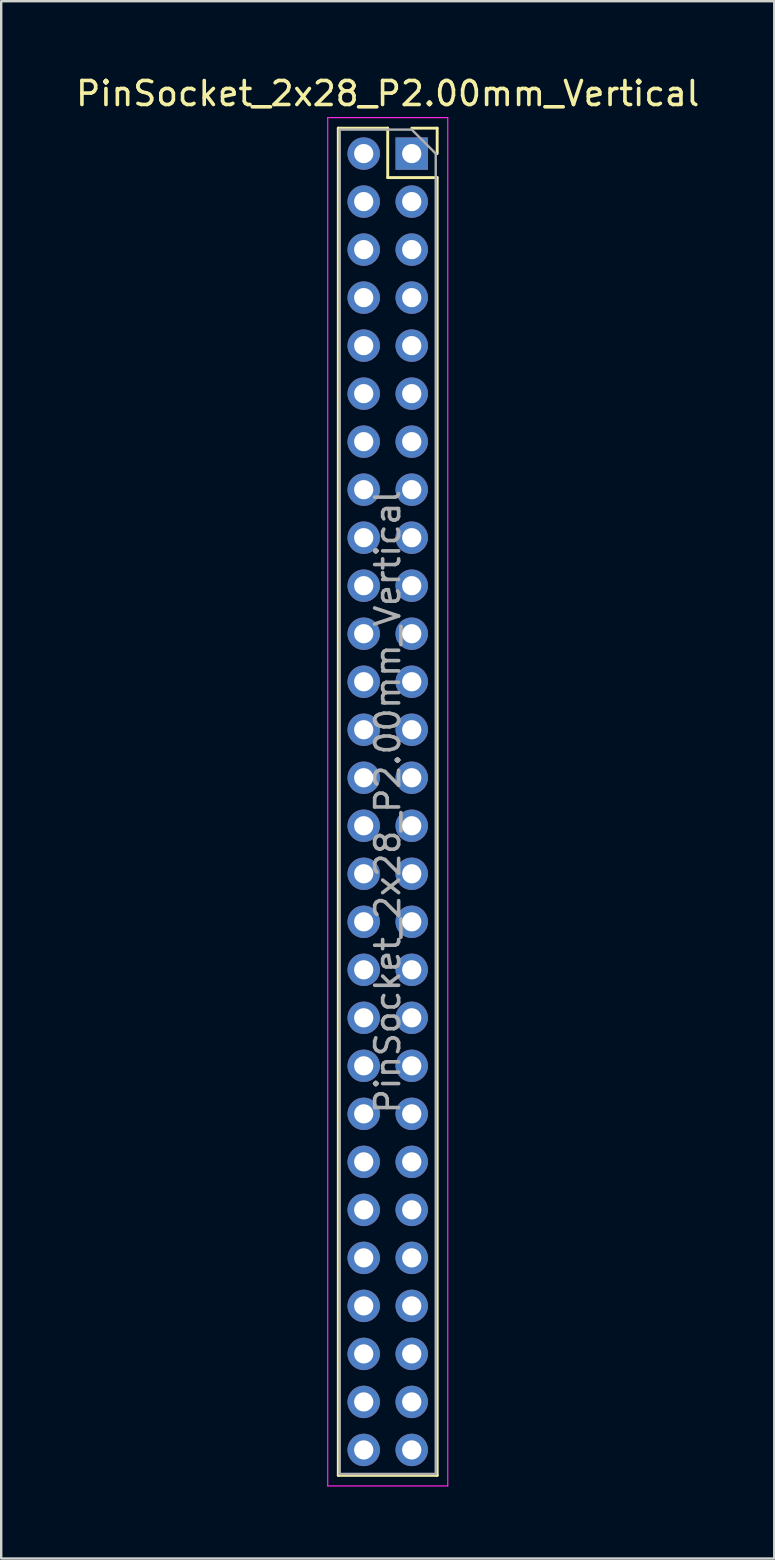
<source format=kicad_pcb>
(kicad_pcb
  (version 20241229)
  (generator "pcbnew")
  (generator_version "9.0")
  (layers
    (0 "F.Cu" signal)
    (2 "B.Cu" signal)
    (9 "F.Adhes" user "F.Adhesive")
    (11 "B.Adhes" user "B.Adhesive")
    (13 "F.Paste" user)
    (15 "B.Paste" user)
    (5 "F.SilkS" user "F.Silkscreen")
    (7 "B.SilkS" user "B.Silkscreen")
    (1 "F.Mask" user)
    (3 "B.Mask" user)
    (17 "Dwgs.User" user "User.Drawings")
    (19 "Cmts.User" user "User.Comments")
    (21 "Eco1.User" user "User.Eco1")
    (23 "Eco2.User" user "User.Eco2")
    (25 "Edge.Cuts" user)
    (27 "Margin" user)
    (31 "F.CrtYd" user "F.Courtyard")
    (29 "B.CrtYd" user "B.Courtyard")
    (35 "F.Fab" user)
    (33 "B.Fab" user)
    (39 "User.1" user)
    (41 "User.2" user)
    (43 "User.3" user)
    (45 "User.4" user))
  (footprint "PinSocket_2x28_P2.00mm_Vertical"
    (layer "F.Cu")
    (at 14.101 3.348)
    (property "Reference" "PinSocket_2x28_P2.00mm_Vertical" (at -1 -2.5 0) (layer "F.SilkS") (effects (font (size 1 1) (thickness 0.15))))
    (attr through_hole)
    (fp_line (start -3.06 -1.06) (end -3.06 55.06) (stroke (width 0.12) (type solid)) (layer "F.SilkS"))
    (fp_line (start -3.06 -1.06) (end -1 -1.06) (stroke (width 0.12) (type solid)) (layer "F.SilkS"))
    (fp_line (start -3.06 55.06) (end 1.06 55.06) (stroke (width 0.12) (type solid)) (layer "F.SilkS"))
    (fp_line (start -1 -1.06) (end -1 1) (stroke (width 0.12) (type solid)) (layer "F.SilkS"))
    (fp_line (start -1 1) (end 1.06 1) (stroke (width 0.12) (type solid)) (layer "F.SilkS"))
    (fp_line (start 0 -1.06) (end 1.06 -1.06) (stroke (width 0.12) (type solid)) (layer "F.SilkS"))
    (fp_line (start 1.06 -1.06) (end 1.06 0) (stroke (width 0.12) (type solid)) (layer "F.SilkS"))
    (fp_line (start 1.06 1) (end 1.06 55.06) (stroke (width 0.12) (type solid)) (layer "F.SilkS"))
    (fp_line (start -3.5 -1.5) (end 1.5 -1.5) (stroke (width 0.05) (type solid)) (layer "F.CrtYd"))
    (fp_line (start -3.5 55.5) (end -3.5 -1.5) (stroke (width 0.05) (type solid)) (layer "F.CrtYd"))
    (fp_line (start 1.5 -1.5) (end 1.5 55.5) (stroke (width 0.05) (type solid)) (layer "F.CrtYd"))
    (fp_line (start 1.5 55.5) (end -3.5 55.5) (stroke (width 0.05) (type solid)) (layer "F.CrtYd"))
    (fp_line (start -3 -1) (end 0 -1) (stroke (width 0.1) (type solid)) (layer "F.Fab"))
    (fp_line (start -3 55) (end -3 -1) (stroke (width 0.1) (type solid)) (layer "F.Fab"))
    (fp_line (start 0 -1) (end 1 0) (stroke (width 0.1) (type solid)) (layer "F.Fab"))
    (fp_line (start 1 0) (end 1 55) (stroke (width 0.1) (type solid)) (layer "F.Fab"))
    (fp_line (start 1 55) (end -3 55) (stroke (width 0.1) (type solid)) (layer "F.Fab"))
    (fp_text user "${REFERENCE}" (at -1 27 90) (layer "F.Fab") (effects (font (size 1 1) (thickness 0.15))))
    (pad "1" thru_hole rect (at 0 0) (size 1.35 1.35) (drill 0.8) (layers "*.Cu" "*.Mask"))
    (pad "2" thru_hole circle (at -2 0) (size 1.35 1.35) (drill 0.8) (layers "*.Cu" "*.Mask"))
    (pad "3" thru_hole circle (at 0 2) (size 1.35 1.35) (drill 0.8) (layers "*.Cu" "*.Mask"))
    (pad "4" thru_hole circle (at -2 2) (size 1.35 1.35) (drill 0.8) (layers "*.Cu" "*.Mask"))
    (pad "5" thru_hole circle (at 0 4) (size 1.35 1.35) (drill 0.8) (layers "*.Cu" "*.Mask"))
    (pad "6" thru_hole circle (at -2 4) (size 1.35 1.35) (drill 0.8) (layers "*.Cu" "*.Mask"))
    (pad "7" thru_hole circle (at 0 6) (size 1.35 1.35) (drill 0.8) (layers "*.Cu" "*.Mask"))
    (pad "8" thru_hole circle (at -2 6) (size 1.35 1.35) (drill 0.8) (layers "*.Cu" "*.Mask"))
    (pad "9" thru_hole circle (at 0 8) (size 1.35 1.35) (drill 0.8) (layers "*.Cu" "*.Mask"))
    (pad "10" thru_hole circle (at -2 8) (size 1.35 1.35) (drill 0.8) (layers "*.Cu" "*.Mask"))
    (pad "11" thru_hole circle (at 0 10) (size 1.35 1.35) (drill 0.8) (layers "*.Cu" "*.Mask"))
    (pad "12" thru_hole circle (at -2 10) (size 1.35 1.35) (drill 0.8) (layers "*.Cu" "*.Mask"))
    (pad "13" thru_hole circle (at 0 12) (size 1.35 1.35) (drill 0.8) (layers "*.Cu" "*.Mask"))
    (pad "14" thru_hole circle (at -2 12) (size 1.35 1.35) (drill 0.8) (layers "*.Cu" "*.Mask"))
    (pad "15" thru_hole circle (at 0 14) (size 1.35 1.35) (drill 0.8) (layers "*.Cu" "*.Mask"))
    (pad "16" thru_hole circle (at -2 14) (size 1.35 1.35) (drill 0.8) (layers "*.Cu" "*.Mask"))
    (pad "17" thru_hole circle (at 0 16) (size 1.35 1.35) (drill 0.8) (layers "*.Cu" "*.Mask"))
    (pad "18" thru_hole circle (at -2 16) (size 1.35 1.35) (drill 0.8) (layers "*.Cu" "*.Mask"))
    (pad "19" thru_hole circle (at 0 18) (size 1.35 1.35) (drill 0.8) (layers "*.Cu" "*.Mask"))
    (pad "20" thru_hole circle (at -2 18) (size 1.35 1.35) (drill 0.8) (layers "*.Cu" "*.Mask"))
    (pad "21" thru_hole circle (at 0 20) (size 1.35 1.35) (drill 0.8) (layers "*.Cu" "*.Mask"))
    (pad "22" thru_hole circle (at -2 20) (size 1.35 1.35) (drill 0.8) (layers "*.Cu" "*.Mask"))
    (pad "23" thru_hole circle (at 0 22) (size 1.35 1.35) (drill 0.8) (layers "*.Cu" "*.Mask"))
    (pad "24" thru_hole circle (at -2 22) (size 1.35 1.35) (drill 0.8) (layers "*.Cu" "*.Mask"))
    (pad "25" thru_hole circle (at 0 24) (size 1.35 1.35) (drill 0.8) (layers "*.Cu" "*.Mask"))
    (pad "26" thru_hole circle (at -2 24) (size 1.35 1.35) (drill 0.8) (layers "*.Cu" "*.Mask"))
    (pad "27" thru_hole circle (at 0 26) (size 1.35 1.35) (drill 0.8) (layers "*.Cu" "*.Mask"))
    (pad "28" thru_hole circle (at -2 26) (size 1.35 1.35) (drill 0.8) (layers "*.Cu" "*.Mask"))
    (pad "29" thru_hole circle (at 0 28) (size 1.35 1.35) (drill 0.8) (layers "*.Cu" "*.Mask"))
    (pad "30" thru_hole circle (at -2 28) (size 1.35 1.35) (drill 0.8) (layers "*.Cu" "*.Mask"))
    (pad "31" thru_hole circle (at 0 30) (size 1.35 1.35) (drill 0.8) (layers "*.Cu" "*.Mask"))
    (pad "32" thru_hole circle (at -2 30) (size 1.35 1.35) (drill 0.8) (layers "*.Cu" "*.Mask"))
    (pad "33" thru_hole circle (at 0 32) (size 1.35 1.35) (drill 0.8) (layers "*.Cu" "*.Mask"))
    (pad "34" thru_hole circle (at -2 32) (size 1.35 1.35) (drill 0.8) (layers "*.Cu" "*.Mask"))
    (pad "35" thru_hole circle (at 0 34) (size 1.35 1.35) (drill 0.8) (layers "*.Cu" "*.Mask"))
    (pad "36" thru_hole circle (at -2 34) (size 1.35 1.35) (drill 0.8) (layers "*.Cu" "*.Mask"))
    (pad "37" thru_hole circle (at 0 36) (size 1.35 1.35) (drill 0.8) (layers "*.Cu" "*.Mask"))
    (pad "38" thru_hole circle (at -2 36) (size 1.35 1.35) (drill 0.8) (layers "*.Cu" "*.Mask"))
    (pad "39" thru_hole circle (at 0 38) (size 1.35 1.35) (drill 0.8) (layers "*.Cu" "*.Mask"))
    (pad "40" thru_hole circle (at -2 38) (size 1.35 1.35) (drill 0.8) (layers "*.Cu" "*.Mask"))
    (pad "41" thru_hole circle (at 0 40) (size 1.35 1.35) (drill 0.8) (layers "*.Cu" "*.Mask"))
    (pad "42" thru_hole circle (at -2 40) (size 1.35 1.35) (drill 0.8) (layers "*.Cu" "*.Mask"))
    (pad "43" thru_hole circle (at 0 42) (size 1.35 1.35) (drill 0.8) (layers "*.Cu" "*.Mask"))
    (pad "44" thru_hole circle (at -2 42) (size 1.35 1.35) (drill 0.8) (layers "*.Cu" "*.Mask"))
    (pad "45" thru_hole circle (at 0 44) (size 1.35 1.35) (drill 0.8) (layers "*.Cu" "*.Mask"))
    (pad "46" thru_hole circle (at -2 44) (size 1.35 1.35) (drill 0.8) (layers "*.Cu" "*.Mask"))
    (pad "47" thru_hole circle (at 0 46) (size 1.35 1.35) (drill 0.8) (layers "*.Cu" "*.Mask"))
    (pad "48" thru_hole circle (at -2 46) (size 1.35 1.35) (drill 0.8) (layers "*.Cu" "*.Mask"))
    (pad "49" thru_hole circle (at 0 48) (size 1.35 1.35) (drill 0.8) (layers "*.Cu" "*.Mask"))
    (pad "50" thru_hole circle (at -2 48) (size 1.35 1.35) (drill 0.8) (layers "*.Cu" "*.Mask"))
    (pad "51" thru_hole circle (at 0 50) (size 1.35 1.35) (drill 0.8) (layers "*.Cu" "*.Mask"))
    (pad "52" thru_hole circle (at -2 50) (size 1.35 1.35) (drill 0.8) (layers "*.Cu" "*.Mask"))
    (pad "53" thru_hole circle (at 0 52) (size 1.35 1.35) (drill 0.8) (layers "*.Cu" "*.Mask"))
    (pad "54" thru_hole circle (at -2 52) (size 1.35 1.35) (drill 0.8) (layers "*.Cu" "*.Mask"))
    (pad "55" thru_hole circle (at 0 54) (size 1.35 1.35) (drill 0.8) (layers "*.Cu" "*.Mask"))
    (pad "56" thru_hole circle (at -2 54) (size 1.35 1.35) (drill 0.8) (layers "*.Cu" "*.Mask")))
  (gr_rect
    (start -3 -3)
    (end 29.202 61.873)
    (stroke (width 0.1) (type default))
    (fill no)
    (layer "Edge.Cuts")))
</source>
